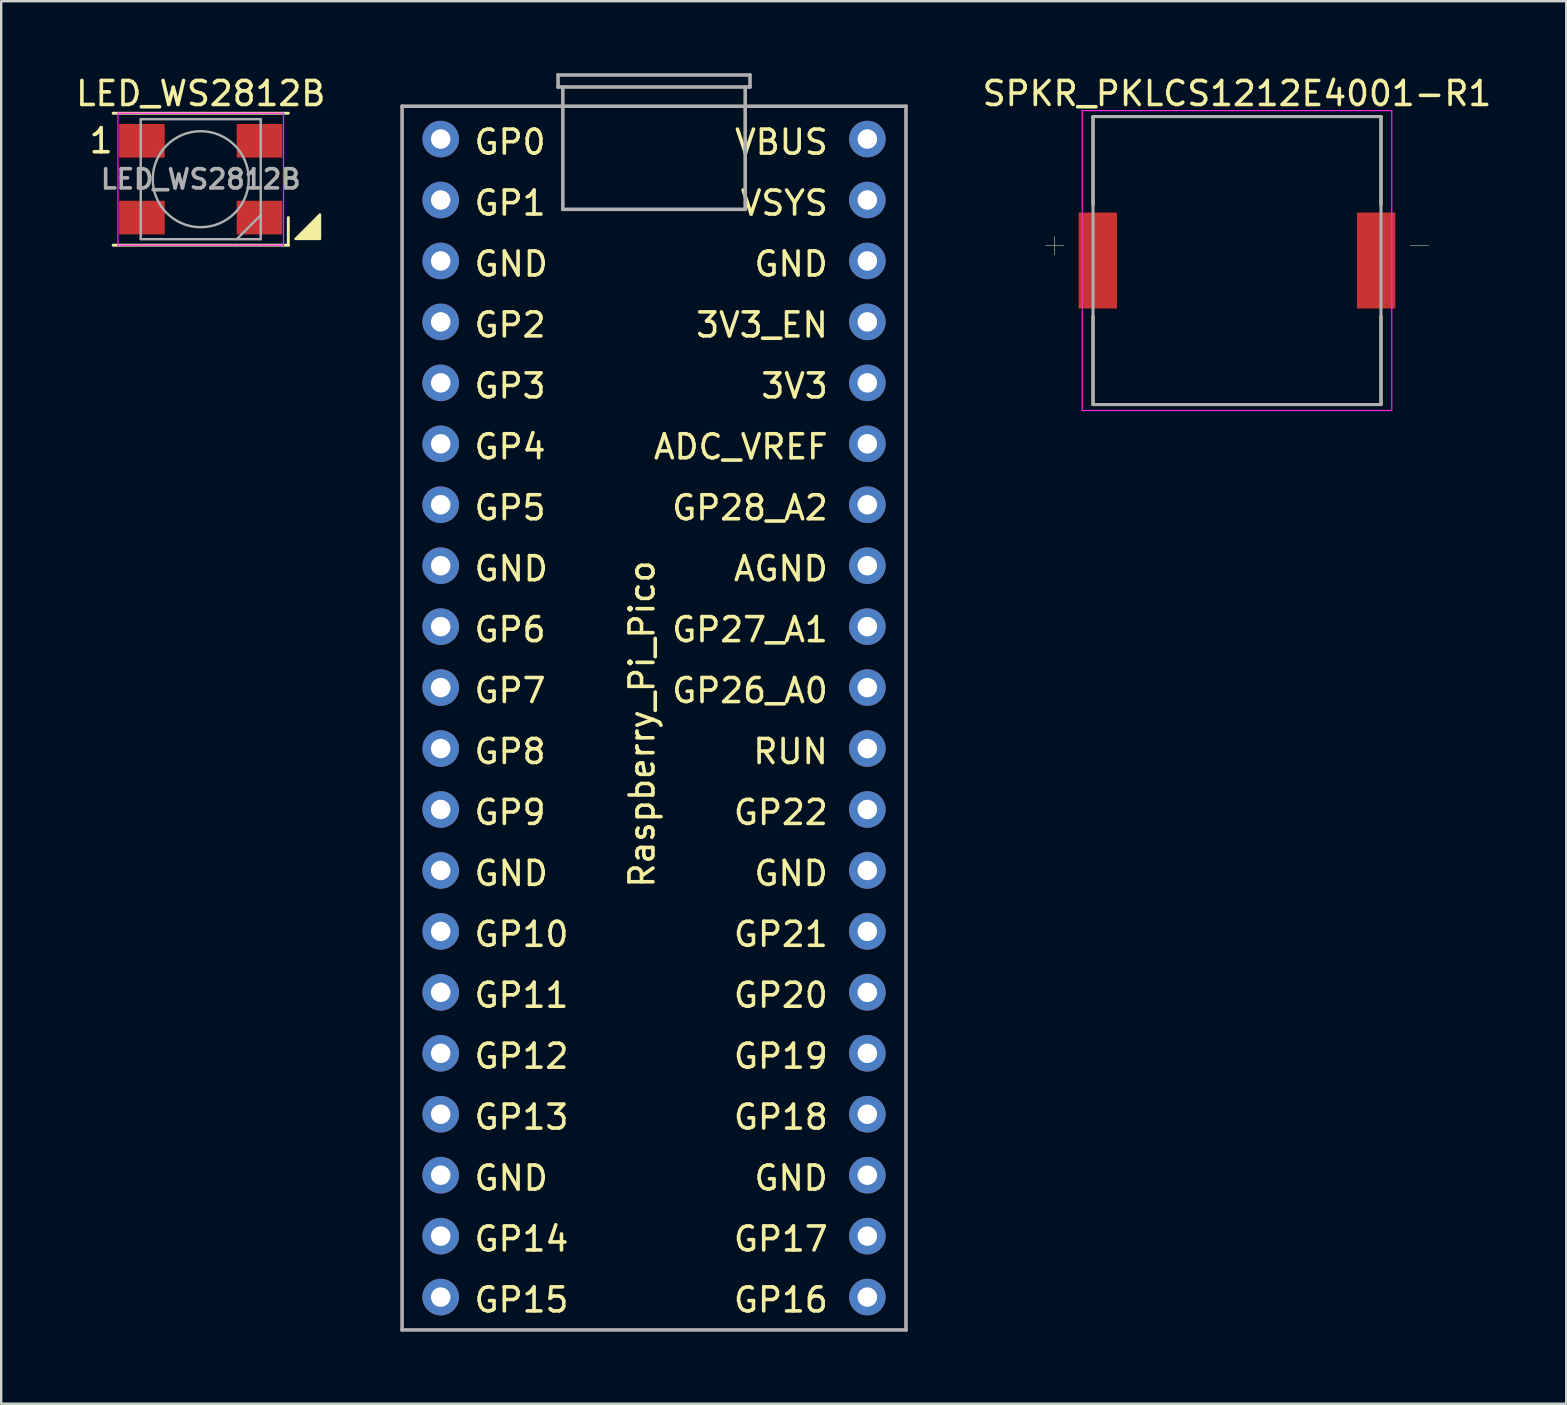
<source format=kicad_pcb>
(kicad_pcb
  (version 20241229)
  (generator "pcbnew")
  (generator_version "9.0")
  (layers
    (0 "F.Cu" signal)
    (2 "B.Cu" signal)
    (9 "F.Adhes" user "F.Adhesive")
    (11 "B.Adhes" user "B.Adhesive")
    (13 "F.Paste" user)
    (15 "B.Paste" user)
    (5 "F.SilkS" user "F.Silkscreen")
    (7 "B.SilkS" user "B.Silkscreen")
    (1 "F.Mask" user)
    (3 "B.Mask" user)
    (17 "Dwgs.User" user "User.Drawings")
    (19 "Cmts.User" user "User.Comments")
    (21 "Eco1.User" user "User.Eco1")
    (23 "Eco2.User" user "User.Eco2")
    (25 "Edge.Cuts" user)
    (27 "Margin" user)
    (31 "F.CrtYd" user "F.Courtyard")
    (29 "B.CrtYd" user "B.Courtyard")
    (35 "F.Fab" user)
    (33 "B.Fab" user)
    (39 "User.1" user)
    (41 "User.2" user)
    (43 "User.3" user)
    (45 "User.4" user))
  (footprint "LED_WS2812B"
    (layer "F.Cu")
    (at 5.315 4.418)
    (property "Reference" "LED_WS2812B" (at 0 -3.57 0) (layer "F.SilkS") (effects (font (size 1 1) (thickness 0.15))))
    (attr through_hole)
    (fp_line (start -3.65 -2.75) (end 3.65 -2.75) (stroke (width 0.12) (type solid)) (layer "F.SilkS"))
    (fp_line (start -3.65 2.75) (end 3.65 2.75) (stroke (width 0.12) (type solid)) (layer "F.SilkS"))
    (fp_line (start 3.65 2.75) (end 3.65 1.6) (stroke (width 0.12) (type solid)) (layer "F.SilkS"))
    (fp_poly (pts (xy 4.97 2.49) (xy 3.95 2.49) (xy 4.97 1.47)) (stroke (width 0.1) (type solid)) (fill yes) (layer "F.SilkS"))
    (fp_line (start -3.45 -2.75) (end -3.45 2.75) (stroke (width 0.05) (type solid)) (layer "F.CrtYd"))
    (fp_line (start -3.45 2.75) (end 3.45 2.75) (stroke (width 0.05) (type solid)) (layer "F.CrtYd"))
    (fp_line (start 3.45 -2.75) (end -3.45 -2.75) (stroke (width 0.05) (type solid)) (layer "F.CrtYd"))
    (fp_line (start 3.45 2.75) (end 3.45 -2.75) (stroke (width 0.05) (type solid)) (layer "F.CrtYd"))
    (fp_line (start -2.5 -2.5) (end -2.5 2.5) (stroke (width 0.1) (type solid)) (layer "F.Fab"))
    (fp_line (start -2.5 2.5) (end 2.5 2.5) (stroke (width 0.1) (type solid)) (layer "F.Fab"))
    (fp_line (start 2.5 -2.5) (end -2.5 -2.5) (stroke (width 0.1) (type solid)) (layer "F.Fab"))
    (fp_line (start 2.5 1.5) (end 1.5 2.5) (stroke (width 0.1) (type solid)) (layer "F.Fab"))
    (fp_line (start 2.5 2.5) (end 2.5 -2.5) (stroke (width 0.1) (type solid)) (layer "F.Fab"))
    (fp_circle (center 0 0) (end 0 -2) (stroke (width 0.1) (type solid)) (fill no) (layer "F.Fab"))
    (fp_text user "1" (at -4.15 -1.6 0) (layer "F.SilkS") (effects (font (size 1 1) (thickness 0.15))))
    (fp_text user "${REFERENCE}" (at 0 0 0) (layer "F.Fab") (effects (font (size 0.8 0.8) (thickness 0.15))))
    (pad "1" smd rect (at -2.45 -1.6) (size 1.9 1.4) (layers "F.Cu" "F.Mask" "F.Paste"))
    (pad "2" smd rect (at -2.45 1.6) (size 1.9 1.4) (layers "F.Cu" "F.Mask" "F.Paste"))
    (pad "3" smd rect (at 2.45 1.6) (size 1.9 1.4) (layers "F.Cu" "F.Mask" "F.Paste"))
    (pad "4" smd rect (at 2.45 -1.6) (size 1.9 1.4) (layers "F.Cu" "F.Mask" "F.Paste")))
  (footprint "SPKR_PKLCS1212E4001-R1"
    (layer "F.Cu")
    (at 48.501 7.808)
    (property "Reference" "SPKR_PKLCS1212E4001-R1" (at 0 -6.96 0) (layer "F.SilkS") (effects (font (size 1 1) (thickness 0.15))))
    (attr through_hole)
    (fp_line (start -6 -6) (end -6 -2.32) (stroke (width 0.127) (type solid)) (layer "F.SilkS"))
    (fp_line (start -6 -6) (end 6 -6) (stroke (width 0.127) (type solid)) (layer "F.SilkS"))
    (fp_line (start -6 6) (end -6 2.32) (stroke (width 0.127) (type solid)) (layer "F.SilkS"))
    (fp_line (start -6 6) (end 6 6) (stroke (width 0.127) (type solid)) (layer "F.SilkS"))
    (fp_line (start 6 -6) (end 6 -2.32) (stroke (width 0.127) (type solid)) (layer "F.SilkS"))
    (fp_line (start 6 6) (end 6 2.32) (stroke (width 0.127) (type solid)) (layer "F.SilkS"))
    (fp_line (start -6.45 -6.25) (end 6.45 -6.25) (stroke (width 0.05) (type solid)) (layer "F.CrtYd"))
    (fp_line (start -6.45 6.25) (end -6.45 -6.25) (stroke (width 0.05) (type solid)) (layer "F.CrtYd"))
    (fp_line (start 6.45 -6.25) (end 6.45 6.25) (stroke (width 0.05) (type solid)) (layer "F.CrtYd"))
    (fp_line (start 6.45 6.25) (end -6.45 6.25) (stroke (width 0.05) (type solid)) (layer "F.CrtYd"))
    (fp_line (start -6 -6) (end 6 -6) (stroke (width 0.127) (type solid)) (layer "F.Fab"))
    (fp_line (start -6 6) (end -6 -6) (stroke (width 0.127) (type solid)) (layer "F.Fab"))
    (fp_line (start 6 -6) (end 6 6) (stroke (width 0.127) (type solid)) (layer "F.Fab"))
    (fp_line (start 6 6) (end -6 6) (stroke (width 0.127) (type solid)) (layer "F.Fab"))
    (fp_text user "-" (at 7.6 -0.7 0) (layer "F.SilkS") (effects (font (size 1 1) (thickness 0.015))))
    (fp_text user "+" (at -7.6 -0.7 0) (layer "F.SilkS") (effects (font (size 1 1) (thickness 0.015))))
    (fp_text user "+" (at -7.6 -0.7 0) (layer "F.Fab") (effects (font (size 1 1) (thickness 0.015))))
    (fp_text user "-" (at 7.6 -0.7 0) (layer "F.Fab") (effects (font (size 1 1) (thickness 0.015))))
    (pad "N" smd rect (at 5.8 0) (size 1.6 4) (layers "F.Cu" "F.Mask" "F.Paste"))
    (pad "P" smd rect (at -5.8 0) (size 1.6 4) (layers "F.Cu" "F.Mask" "F.Paste")))
  (footprint "Raspberry_Pi_Pico"
    (layer "F.Cu")
    (at 24.206 26.875)
    (property "Reference" "Raspberry_Pi_Pico" (at -0.5 0.25 90) (layer "F.SilkS") (effects (font (size 1 1) (thickness 0.15))))
    (attr through_hole)
    (fp_line (start -10.5 -25.5) (end -10.5 25.5) (stroke (width 0.15) (type solid)) (layer "F.Fab"))
    (fp_line (start -10.5 -25.5) (end 10.5 -25.5) (stroke (width 0.15) (type solid)) (layer "F.Fab"))
    (fp_line (start -10.5 25.5) (end 10.5 25.5) (stroke (width 0.15) (type solid)) (layer "F.Fab"))
    (fp_line (start -4 -26.8) (end -4 -26.3) (stroke (width 0.15) (type solid)) (layer "F.Fab"))
    (fp_line (start -4 -26.8) (end 4 -26.8) (stroke (width 0.15) (type solid)) (layer "F.Fab"))
    (fp_line (start -4 -26.3) (end 4 -26.3) (stroke (width 0.15) (type solid)) (layer "F.Fab"))
    (fp_line (start -3.8 -26.3) (end -3.8 -21.2) (stroke (width 0.15) (type solid)) (layer "F.Fab"))
    (fp_line (start -3.8 -21.2) (end 3.8 -21.2) (stroke (width 0.15) (type solid)) (layer "F.Fab"))
    (fp_line (start 3.8 -26.3) (end 3.8 -21.2) (stroke (width 0.15) (type solid)) (layer "F.Fab"))
    (fp_line (start 4 -26.8) (end 4 -26.3) (stroke (width 0.15) (type solid)) (layer "F.Fab"))
    (fp_line (start 10.5 -25.5) (end 10.5 25.5) (stroke (width 0.15) (type solid)) (layer "F.Fab"))
    (fp_text user "GP22" (at 5.286 3.934 0) (layer "F.SilkS") (effects (font (size 1 1) (thickness 0.15))))
    (fp_text user "3V3" (at 5.857 -13.842 0) (layer "F.SilkS") (effects (font (size 1 1) (thickness 0.15))))
    (fp_text user "GP17" (at 5.286 21.711 0) (layer "F.SilkS") (effects (font (size 1 1) (thickness 0.15))))
    (fp_text user "GP9" (at -6 3.934 0) (layer "F.SilkS") (effects (font (size 1 1) (thickness 0.15))))
    (fp_text user "GP8" (at -6 1.395 0) (layer "F.SilkS") (effects (font (size 1 1) (thickness 0.15))))
    (fp_text user "GP15" (at -5.524 24.25 0) (layer "F.SilkS") (effects (font (size 1 1) (thickness 0.15))))
    (fp_text user "GND" (at 5.714 19.171 0) (layer "F.SilkS") (effects (font (size 1 1) (thickness 0.15))))
    (fp_text user "RUN" (at 5.69 1.395 0) (layer "F.SilkS") (effects (font (size 1 1) (thickness 0.15))))
    (fp_text user "GP28_A2" (at 4 -8.763 0) (layer "F.SilkS") (effects (font (size 1 1) (thickness 0.15))))
    (fp_text user "GP7" (at -6 -1.145 0) (layer "F.SilkS") (effects (font (size 1 1) (thickness 0.15))))
    (fp_text user "AGND" (at 5.286 -6.224 0) (layer "F.SilkS") (effects (font (size 1 1) (thickness 0.15))))
    (fp_text user "GND" (at -5.952 19.171 0) (layer "F.SilkS") (effects (font (size 1 1) (thickness 0.15))))
    (fp_text user "GP19" (at 5.286 14.092 0) (layer "F.SilkS") (effects (font (size 1 1) (thickness 0.15))))
    (fp_text user "VSYS" (at 5.429 -21.461 0) (layer "F.SilkS") (effects (font (size 1 1) (thickness 0.15))))
    (fp_text user "GND" (at 5.714 6.474 0) (layer "F.SilkS") (effects (font (size 1 1) (thickness 0.15))))
    (fp_text user "VBUS" (at 5.31 -24 0) (layer "F.SilkS") (effects (font (size 1 1) (thickness 0.15))))
    (fp_text user "ADC_VREF" (at 3.619 -11.303 0) (layer "F.SilkS") (effects (font (size 1 1) (thickness 0.15))))
    (fp_text user "GP11" (at -5.524 11.553 0) (layer "F.SilkS") (effects (font (size 1 1) (thickness 0.15))))
    (fp_text user "GP10" (at -5.524 9.013 0) (layer "F.SilkS") (effects (font (size 1 1) (thickness 0.15))))
    (fp_text user "GND" (at 5.714 -18.921 0) (layer "F.SilkS") (effects (font (size 1 1) (thickness 0.15))))
    (fp_text user "GP2" (at -6 -16.382 0) (layer "F.SilkS") (effects (font (size 1 1) (thickness 0.15))))
    (fp_text user "3V3_EN" (at 4.5 -16.382 0) (layer "F.SilkS") (effects (font (size 1 1) (thickness 0.15))))
    (fp_text user "GP14" (at -5.524 21.711 0) (layer "F.SilkS") (effects (font (size 1 1) (thickness 0.15))))
    (fp_text user "GP18" (at 5.286 16.632 0) (layer "F.SilkS") (effects (font (size 1 1) (thickness 0.15))))
    (fp_text user "GND" (at -5.952 -18.921 0) (layer "F.SilkS") (effects (font (size 1 1) (thickness 0.15))))
    (fp_text user "GP6" (at -6 -3.684 0) (layer "F.SilkS") (effects (font (size 1 1) (thickness 0.15))))
    (fp_text user "GP1" (at -6 -21.461 0) (layer "F.SilkS") (effects (font (size 1 1) (thickness 0.15))))
    (fp_text user "GP16" (at 5.286 24.25 0) (layer "F.SilkS") (effects (font (size 1 1) (thickness 0.15))))
    (fp_text user "GP27_A1" (at 4 -3.684 0) (layer "F.SilkS") (effects (font (size 1 1) (thickness 0.15))))
    (fp_text user "GP13" (at -5.524 16.632 0) (layer "F.SilkS") (effects (font (size 1 1) (thickness 0.15))))
    (fp_text user "GND" (at -5.952 -6.224 0) (layer "F.SilkS") (effects (font (size 1 1) (thickness 0.15))))
    (fp_text user "GP5" (at -6 -8.763 0) (layer "F.SilkS") (effects (font (size 1 1) (thickness 0.15))))
    (fp_text user "GP12" (at -5.524 14.092 0) (layer "F.SilkS") (effects (font (size 1 1) (thickness 0.15))))
    (fp_text user "GP3" (at -6 -13.842 0) (layer "F.SilkS") (effects (font (size 1 1) (thickness 0.15))))
    (fp_text user "GP20" (at 5.286 11.553 0) (layer "F.SilkS") (effects (font (size 1 1) (thickness 0.15))))
    (fp_text user "GP4" (at -6 -11.303 0) (layer "F.SilkS") (effects (font (size 1 1) (thickness 0.15))))
    (fp_text user "GP21" (at 5.286 9.013 0) (layer "F.SilkS") (effects (font (size 1 1) (thickness 0.15))))
    (fp_text user "GND" (at -5.952 6.474 0) (layer "F.SilkS") (effects (font (size 1 1) (thickness 0.15))))
    (fp_text user "GP26_A0" (at 4 -1.145 0) (layer "F.SilkS") (effects (font (size 1 1) (thickness 0.15))))
    (fp_text user "GP0" (at -6 -24 0) (layer "F.SilkS") (effects (font (size 1 1) (thickness 0.15))))
    (pad "1" thru_hole circle (at -8.89 -24.13) (size 1.524 1.524) (drill 0.813) (layers "*.Cu" "B.Mask"))
    (pad "2" thru_hole circle (at -8.89 -21.59) (size 1.524 1.524) (drill 0.813) (layers "*.Cu" "B.Mask"))
    (pad "3" thru_hole circle (at -8.89 -19.05) (size 1.524 1.524) (drill 0.813) (layers "*.Cu" "B.Mask"))
    (pad "4" thru_hole circle (at -8.89 -16.51) (size 1.524 1.524) (drill 0.813) (layers "*.Cu" "B.Mask"))
    (pad "5" thru_hole circle (at -8.89 -13.97) (size 1.524 1.524) (drill 0.813) (layers "*.Cu" "B.Mask"))
    (pad "6" thru_hole circle (at -8.89 -11.43) (size 1.524 1.524) (drill 0.813) (layers "*.Cu" "B.Mask"))
    (pad "7" thru_hole circle (at -8.89 -8.89) (size 1.524 1.524) (drill 0.813) (layers "*.Cu" "B.Mask"))
    (pad "8" thru_hole circle (at -8.89 -6.35) (size 1.524 1.524) (drill 0.813) (layers "*.Cu" "B.Mask"))
    (pad "9" thru_hole circle (at -8.89 -3.81) (size 1.524 1.524) (drill 0.813) (layers "*.Cu" "B.Mask"))
    (pad "10" thru_hole circle (at -8.89 -1.27) (size 1.524 1.524) (drill 0.813) (layers "*.Cu" "B.Mask"))
    (pad "11" thru_hole circle (at -8.89 1.27) (size 1.524 1.524) (drill 0.813) (layers "*.Cu" "B.Mask"))
    (pad "12" thru_hole circle (at -8.89 3.81) (size 1.524 1.524) (drill 0.813) (layers "*.Cu" "B.Mask"))
    (pad "13" thru_hole circle (at -8.89 6.35) (size 1.524 1.524) (drill 0.813) (layers "*.Cu" "B.Mask"))
    (pad "14" thru_hole circle (at -8.89 8.89) (size 1.524 1.524) (drill 0.813) (layers "*.Cu" "B.Mask"))
    (pad "15" thru_hole circle (at -8.89 11.43) (size 1.524 1.524) (drill 0.813) (layers "*.Cu" "B.Mask"))
    (pad "16" thru_hole circle (at -8.89 13.97) (size 1.524 1.524) (drill 0.813) (layers "*.Cu" "B.Mask"))
    (pad "17" thru_hole circle (at -8.89 16.51) (size 1.524 1.524) (drill 0.813) (layers "*.Cu" "B.Mask"))
    (pad "18" thru_hole circle (at -8.89 19.05) (size 1.524 1.524) (drill 0.813) (layers "*.Cu" "B.Mask"))
    (pad "19" thru_hole circle (at -8.89 21.59) (size 1.524 1.524) (drill 0.813) (layers "*.Cu" "B.Mask"))
    (pad "20" thru_hole circle (at -8.89 24.13) (size 1.524 1.524) (drill 0.813) (layers "*.Cu" "B.Mask"))
    (pad "21" thru_hole circle (at 8.89 24.13) (size 1.524 1.524) (drill 0.813) (layers "*.Cu" "B.Mask"))
    (pad "22" thru_hole circle (at 8.89 21.59) (size 1.524 1.524) (drill 0.813) (layers "*.Cu" "B.Mask"))
    (pad "23" thru_hole circle (at 8.89 19.05) (size 1.524 1.524) (drill 0.813) (layers "*.Cu" "B.Mask"))
    (pad "24" thru_hole circle (at 8.89 16.51) (size 1.524 1.524) (drill 0.813) (layers "*.Cu" "B.Mask"))
    (pad "25" thru_hole circle (at 8.89 13.97) (size 1.524 1.524) (drill 0.813) (layers "*.Cu" "B.Mask"))
    (pad "26" thru_hole circle (at 8.89 11.43) (size 1.524 1.524) (drill 0.813) (layers "*.Cu" "B.Mask"))
    (pad "27" thru_hole circle (at 8.89 8.89) (size 1.524 1.524) (drill 0.813) (layers "*.Cu" "B.Mask"))
    (pad "28" thru_hole circle (at 8.89 6.35) (size 1.524 1.524) (drill 0.813) (layers "*.Cu" "B.Mask"))
    (pad "29" thru_hole circle (at 8.89 3.81) (size 1.524 1.524) (drill 0.813) (layers "*.Cu" "B.Mask"))
    (pad "30" thru_hole circle (at 8.89 1.27) (size 1.524 1.524) (drill 0.813) (layers "*.Cu" "B.Mask"))
    (pad "31" thru_hole circle (at 8.89 -1.27) (size 1.524 1.524) (drill 0.813) (layers "*.Cu" "B.Mask"))
    (pad "32" thru_hole circle (at 8.89 -3.81) (size 1.524 1.524) (drill 0.813) (layers "*.Cu" "B.Mask"))
    (pad "33" thru_hole circle (at 8.89 -6.35) (size 1.524 1.524) (drill 0.813) (layers "*.Cu" "B.Mask"))
    (pad "34" thru_hole circle (at 8.89 -8.89) (size 1.524 1.524) (drill 0.813) (layers "*.Cu" "B.Mask"))
    (pad "35" thru_hole circle (at 8.89 -11.43) (size 1.524 1.524) (drill 0.813) (layers "*.Cu" "B.Mask"))
    (pad "36" thru_hole circle (at 8.89 -13.97) (size 1.524 1.524) (drill 0.813) (layers "*.Cu" "B.Mask"))
    (pad "37" thru_hole circle (at 8.89 -16.51) (size 1.524 1.524) (drill 0.813) (layers "*.Cu" "B.Mask"))
    (pad "38" thru_hole circle (at 8.89 -19.05) (size 1.524 1.524) (drill 0.813) (layers "*.Cu" "B.Mask"))
    (pad "39" thru_hole circle (at 8.89 -21.59) (size 1.524 1.524) (drill 0.813) (layers "*.Cu" "B.Mask"))
    (pad "40" thru_hole circle (at 8.89 -24.13) (size 1.524 1.524) (drill 0.813) (layers "*.Cu" "B.Mask")))
  (gr_rect
    (start -3 -3)
    (end 62.221 55.45)
    (stroke (width 0.1) (type default))
    (fill no)
    (layer "Edge.Cuts")))
</source>
